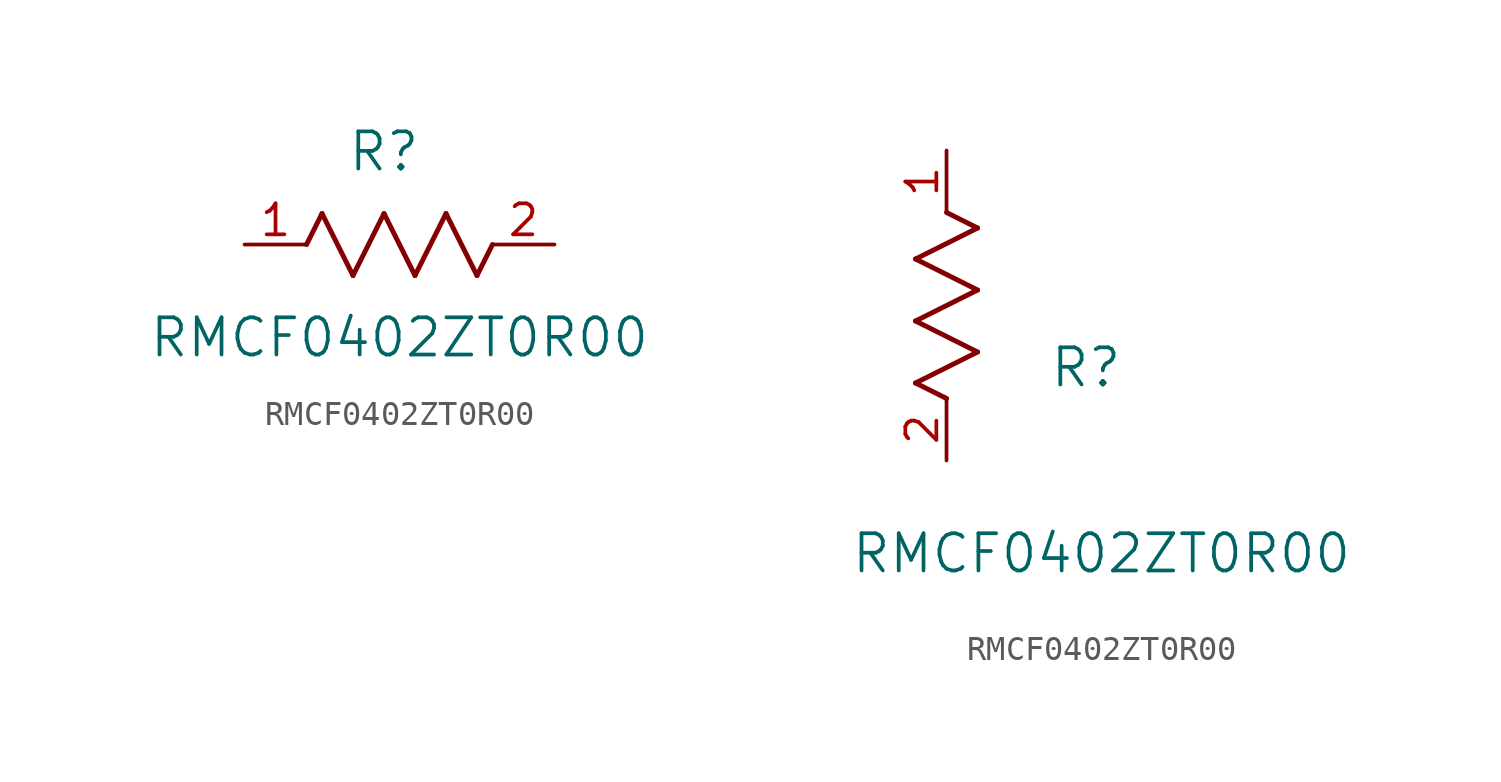
<source format=kicad_sym>
(kicad_symbol_lib
  (version 20211014)
  (generator kicad_symbol_editor)
  (symbol "RMCF0402ZT0R00"
    (pin_names
      (offset 0.254))
    (property "Reference" "R"
      (at 5.715 3.81 0)
      (effects (font (size 1.524 1.524))))
    (property "Value" "RMCF0402ZT0R00"
      (at 6.35 -3.81 0)
      (effects (font (size 1.524 1.524))))
    (symbol "RMCF0402ZT0R00_1_1"
      (polyline (pts (xy 3.175 1.27) (xy 4.445 -1.27)) (stroke (width 0.203) (type default) (color 0 0 0 0)) (fill (type none)))
      (polyline (pts (xy 4.445 -1.27) (xy 5.715 1.27)) (stroke (width 0.203) (type default) (color 0 0 0 0)) (fill (type none)))
      (polyline (pts (xy 5.715 1.27) (xy 6.985 -1.27)) (stroke (width 0.203) (type default) (color 0 0 0 0)) (fill (type none)))
      (polyline (pts (xy 6.985 -1.27) (xy 8.255 1.27)) (stroke (width 0.203) (type default) (color 0 0 0 0)) (fill (type none)))
      (polyline (pts (xy 8.255 1.27) (xy 9.525 -1.27)) (stroke (width 0.203) (type default) (color 0 0 0 0)) (fill (type none)))
      (polyline (pts (xy 2.54 0) (xy 3.175 1.27)) (stroke (width 0.203) (type default) (color 0 0 0 0)) (fill (type none)))
      (polyline (pts (xy 9.525 -1.27) (xy 10.16 0)) (stroke (width 0.203) (type default) (color 0 0 0 0)) (fill (type none)))
      (pin unspecified line (at 0 0 0) (length 2.54) (name "" (effects (font (size 1.27 1.27)))) (number "1" (effects (font (size 1.27 1.27)))))
      (pin unspecified line (at 12.7 0 180) (length 2.54) (name "" (effects (font (size 1.27 1.27)))) (number "2" (effects (font (size 1.27 1.27))))))
    (symbol "RMCF0402ZT0R00_1_2"
      (polyline (pts (xy 0 2.54) (xy -1.27 3.175)) (stroke (width 0.203) (type default) (color 0 0 0 0)) (fill (type none)))
      (polyline (pts (xy -1.27 3.175) (xy 1.27 4.445)) (stroke (width 0.203) (type default) (color 0 0 0 0)) (fill (type none)))
      (polyline (pts (xy 1.27 4.445) (xy -1.27 5.715)) (stroke (width 0.203) (type default) (color 0 0 0 0)) (fill (type none)))
      (polyline (pts (xy -1.27 5.715) (xy 1.27 6.985)) (stroke (width 0.203) (type default) (color 0 0 0 0)) (fill (type none)))
      (polyline (pts (xy -1.27 8.255) (xy 1.27 9.525)) (stroke (width 0.203) (type default) (color 0 0 0 0)) (fill (type none)))
      (polyline (pts (xy 1.27 9.525) (xy 0 10.16)) (stroke (width 0.203) (type default) (color 0 0 0 0)) (fill (type none)))
      (polyline (pts (xy 1.27 6.985) (xy -1.27 8.255)) (stroke (width 0.203) (type default) (color 0 0 0 0)) (fill (type none)))
      (pin unspecified line (at 0 12.7 270) (length 2.54) (name "" (effects (font (size 1.27 1.27)))) (number "1" (effects (font (size 1.27 1.27)))))
      (pin unspecified line (at 0 0 90) (length 2.54) (name "" (effects (font (size 1.27 1.27)))) (number "2" (effects (font (size 1.27 1.27))))))))
</source>
